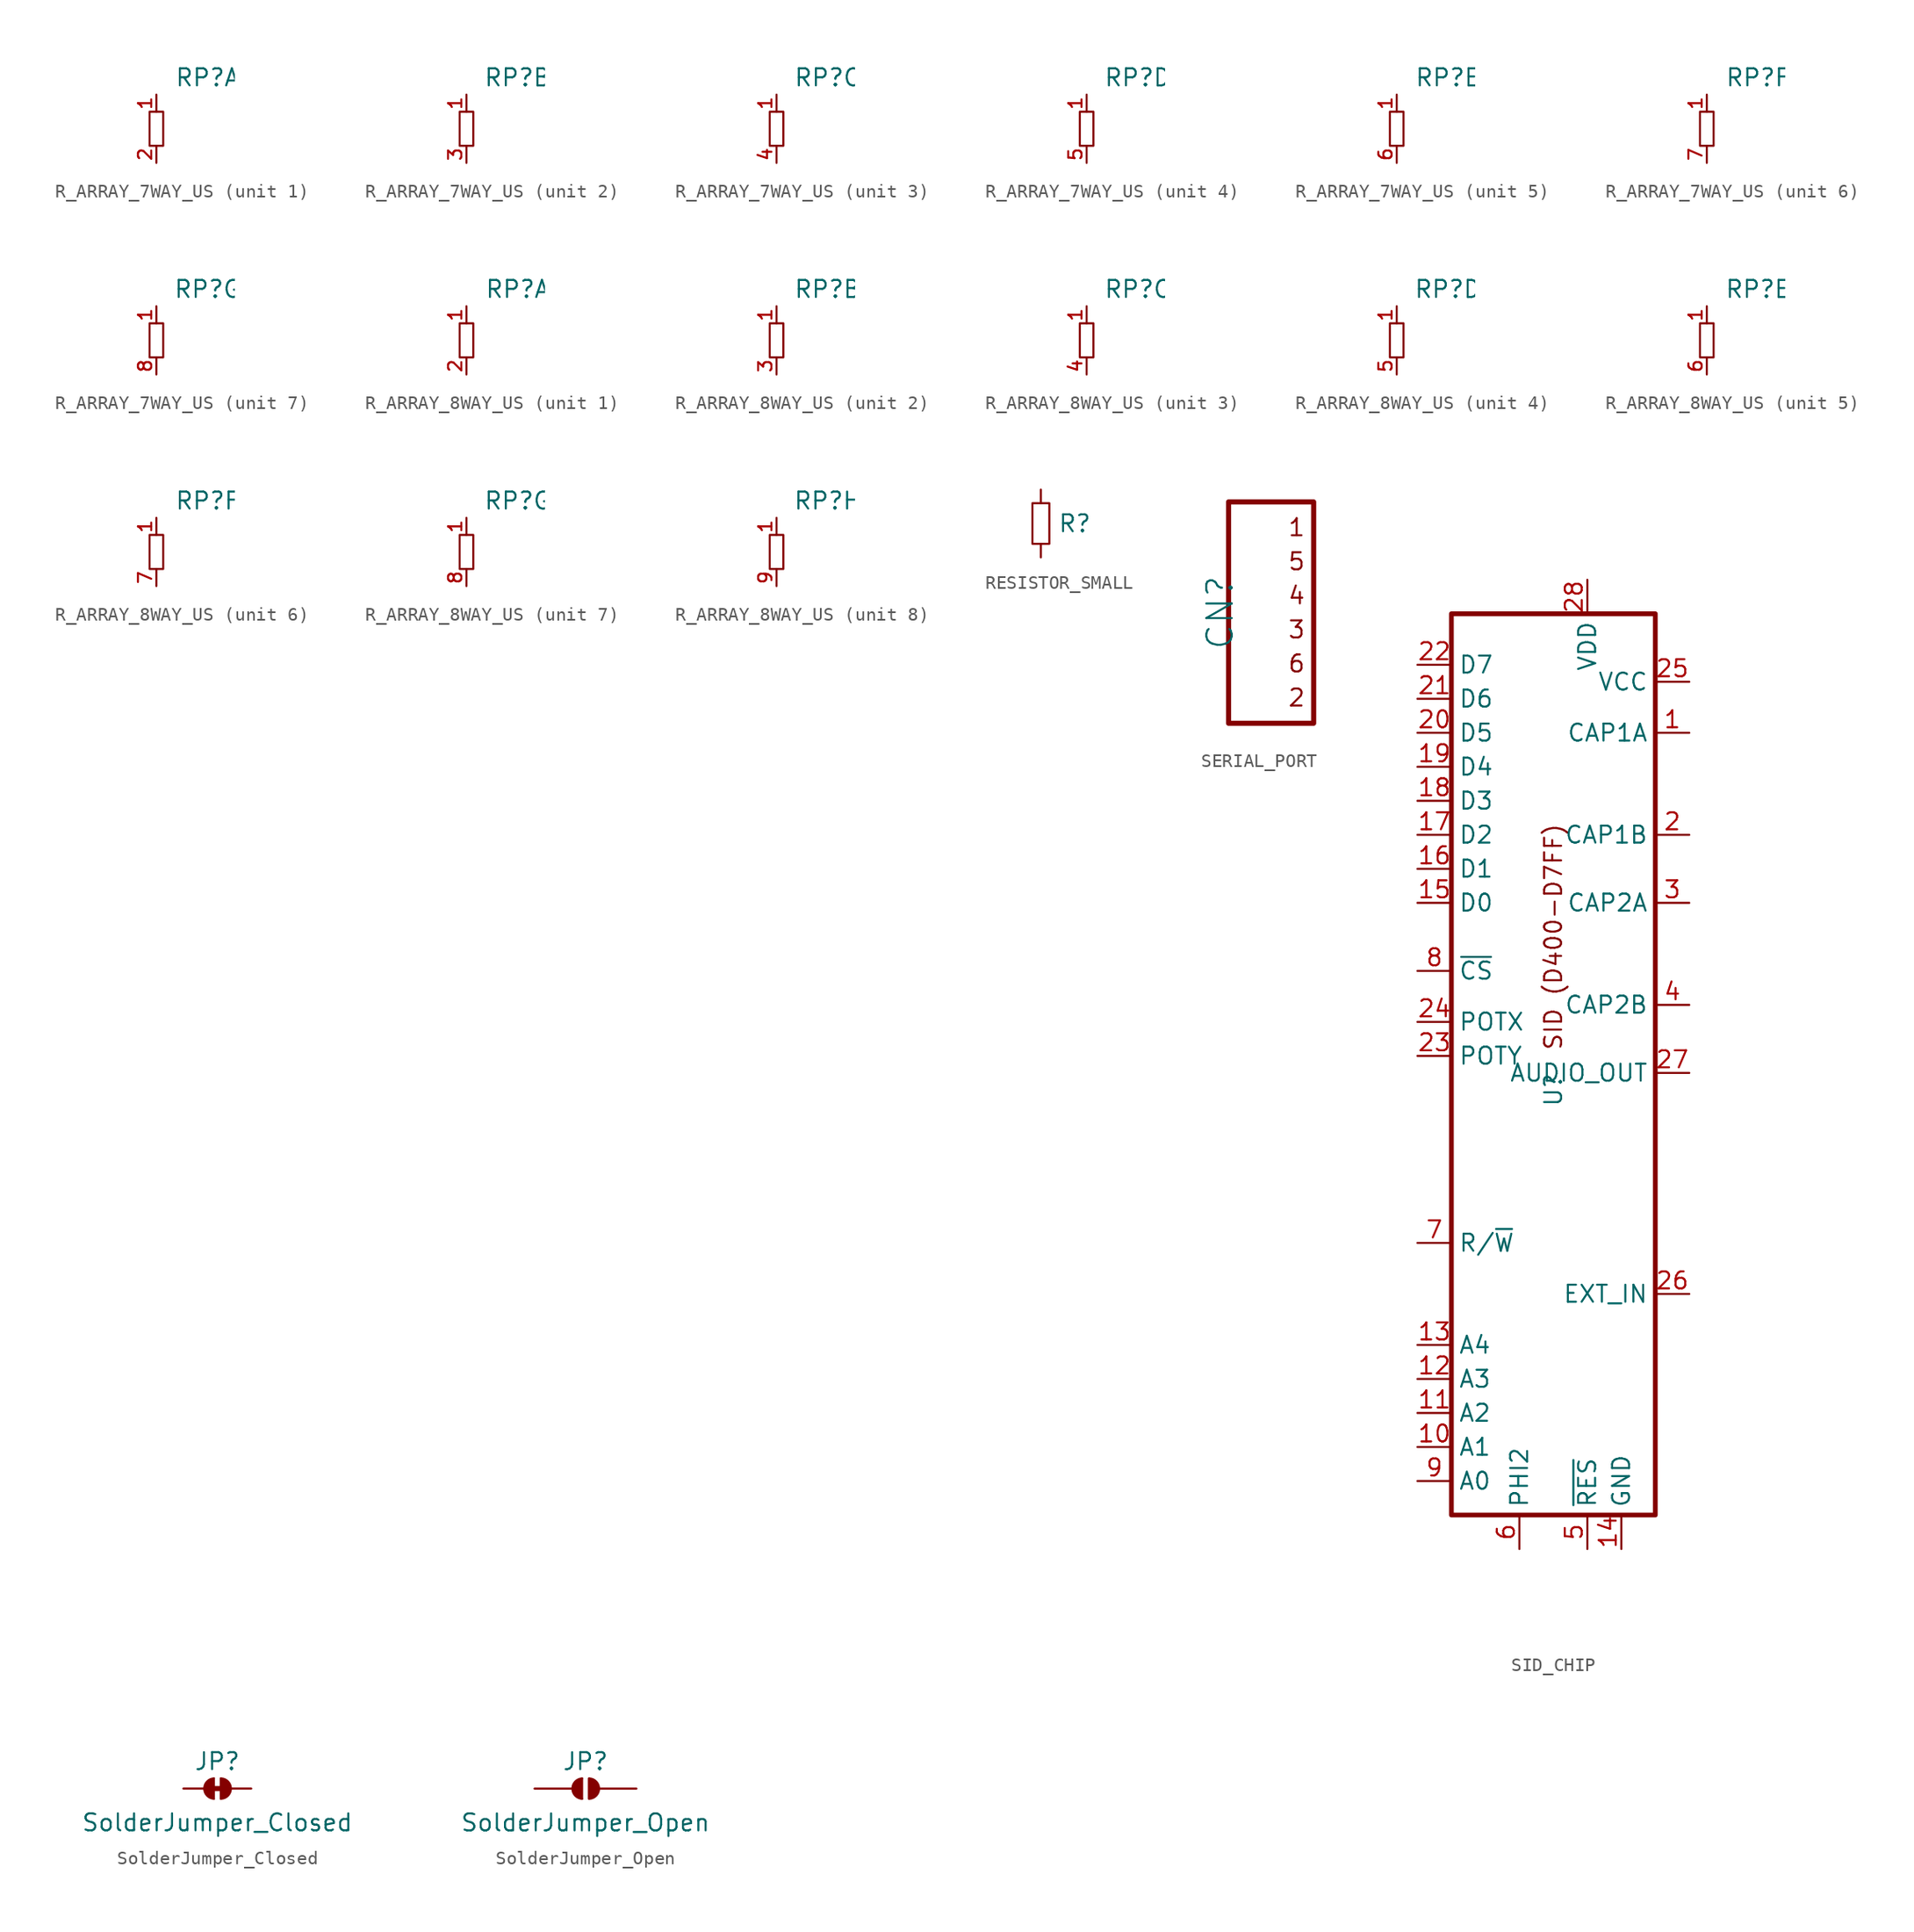
<source format=kicad_sym>
(kicad_symbol_lib
  (version 20220914)
  (generator kicad_symbol_editor)
  (symbol "R_ARRAY_7WAY_US"
    (pin_names
      (offset 1.016))
    (property "Reference" "RP"
      (at 3.81 3.81 0)
      (effects (font (size 1.27 1.27))))
    (symbol "R_ARRAY_7WAY_US_0_1"
      (rectangle (start -0.508 1.27) (end 0.508 -1.27) (stroke (width 0) (type default)) (fill (type none)))
      (pin passive line (at 0 2.54 270) (length 1.27) (name "~" (effects (font (size 0.991 0.991)))) (number "1" (effects (font (size 0.991 0.991))))))
    (symbol "R_ARRAY_7WAY_US_1_1"
      (pin passive line (at 0 -2.54 90) (length 1.27) (name "~" (effects (font (size 0.991 0.991)))) (number "2" (effects (font (size 0.991 0.991))))))
    (symbol "R_ARRAY_7WAY_US_2_1"
      (pin passive line (at 0 -2.54 90) (length 1.27) (name "~" (effects (font (size 0.991 0.991)))) (number "3" (effects (font (size 0.991 0.991))))))
    (symbol "R_ARRAY_7WAY_US_3_1"
      (pin passive line (at 0 -2.54 90) (length 1.27) (name "~" (effects (font (size 0.991 0.991)))) (number "4" (effects (font (size 0.991 0.991))))))
    (symbol "R_ARRAY_7WAY_US_4_1"
      (pin passive line (at 0 -2.54 90) (length 1.27) (name "~" (effects (font (size 0.991 0.991)))) (number "5" (effects (font (size 0.991 0.991))))))
    (symbol "R_ARRAY_7WAY_US_5_1"
      (pin passive line (at 0 -2.54 90) (length 1.27) (name "~" (effects (font (size 0.991 0.991)))) (number "6" (effects (font (size 0.991 0.991))))))
    (symbol "R_ARRAY_7WAY_US_6_1"
      (pin passive line (at 0 -2.54 90) (length 1.27) (name "~" (effects (font (size 0.991 0.991)))) (number "7" (effects (font (size 0.991 0.991))))))
    (symbol "R_ARRAY_7WAY_US_7_1"
      (pin passive line (at 0 -2.54 90) (length 1.27) (name "~" (effects (font (size 0.991 0.991)))) (number "8" (effects (font (size 0.991 0.991)))))))
  (symbol "R_ARRAY_8WAY_US"
    (pin_names
      (offset 1.016))
    (property "Reference" "RP"
      (at 3.81 3.81 0)
      (effects (font (size 1.27 1.27))))
    (symbol "R_ARRAY_8WAY_US_0_1"
      (rectangle (start -0.508 1.27) (end 0.508 -1.27) (stroke (width 0) (type default)) (fill (type none)))
      (pin passive line (at 0 2.54 270) (length 1.27) (name "~" (effects (font (size 0.991 0.991)))) (number "1" (effects (font (size 0.991 0.991))))))
    (symbol "R_ARRAY_8WAY_US_1_1"
      (pin passive line (at 0 -2.54 90) (length 1.27) (name "~" (effects (font (size 0.991 0.991)))) (number "2" (effects (font (size 0.991 0.991))))))
    (symbol "R_ARRAY_8WAY_US_2_1"
      (pin passive line (at 0 -2.54 90) (length 1.27) (name "~" (effects (font (size 0.991 0.991)))) (number "3" (effects (font (size 0.991 0.991))))))
    (symbol "R_ARRAY_8WAY_US_3_1"
      (pin passive line (at 0 -2.54 90) (length 1.27) (name "~" (effects (font (size 0.991 0.991)))) (number "4" (effects (font (size 0.991 0.991))))))
    (symbol "R_ARRAY_8WAY_US_4_1"
      (pin passive line (at 0 -2.54 90) (length 1.27) (name "~" (effects (font (size 0.991 0.991)))) (number "5" (effects (font (size 0.991 0.991))))))
    (symbol "R_ARRAY_8WAY_US_5_1"
      (pin passive line (at 0 -2.54 90) (length 1.27) (name "~" (effects (font (size 0.991 0.991)))) (number "6" (effects (font (size 0.991 0.991))))))
    (symbol "R_ARRAY_8WAY_US_6_1"
      (pin passive line (at 0 -2.54 90) (length 1.27) (name "~" (effects (font (size 0.991 0.991)))) (number "7" (effects (font (size 0.991 0.991))))))
    (symbol "R_ARRAY_8WAY_US_7_1"
      (pin passive line (at 0 -2.54 90) (length 1.27) (name "~" (effects (font (size 0.991 0.991)))) (number "8" (effects (font (size 0.991 0.991))))))
    (symbol "R_ARRAY_8WAY_US_8_1"
      (pin passive line (at 0 -2.54 90) (length 1.27) (name "~" (effects (font (size 0.991 0.991)))) (number "9" (effects (font (size 0.991 0.991)))))))
  (symbol "RESISTOR_SMALL"
    (property "Reference" "R"
      (at 2.54 0 0)
      (effects (font (size 1.27 1.27))))
    (property "Value" ""
      (at 0 0 0)
      (effects (font (size 1.27 1.27))))
    (symbol "RESISTOR_SMALL_0_1"
      (rectangle (start -0.635 1.524) (end 0.635 -1.524) (stroke (width 0) (type default)) (fill (type none)))
      (polyline (pts (xy 0 -1.524) (xy 0 -2.54)) (stroke (width 0) (type default)) (fill (type none)))
      (polyline (pts (xy 0 1.524) (xy 0 2.54)) (stroke (width 0) (type default)) (fill (type none))))
    (symbol "RESISTOR_SMALL_1_1"
      (pin input line (at 0 2.54 270) (length 2.54) hide (name "" (effects (font (size 1.27 1.27)))) (number "1" (effects (font (size 1.27 1.27)))))
      (pin input line (at 0 -2.54 90) (length 2.54) hide (name "" (effects (font (size 1.27 1.27)))) (number "2" (effects (font (size 1.27 1.27)))))))
  (symbol "SERIAL_PORT"
    (property "Reference" "CN"
      (at -4.445 0 90)
      (effects (font (size 1.905 1.905))))
    (property "Value" ""
      (at 0 0 0)
      (effects (font (size 1.27 1.27))))
    (symbol "SERIAL_PORT_0_0"
      (text "1" (at 1.27 6.35 0) (effects (font (size 1.27 1.27))))
      (text "2" (at 1.27 -6.35 0) (effects (font (size 1.27 1.27))))
      (text "3" (at 1.27 -1.27 0) (effects (font (size 1.27 1.27))))
      (text "4" (at 1.27 1.27 0) (effects (font (size 1.27 1.27))))
      (text "5" (at 1.27 3.81 0) (effects (font (size 1.27 1.27))))
      (text "6" (at 1.27 -3.81 0) (effects (font (size 1.27 1.27)))))
    (symbol "SERIAL_PORT_0_1"
      (rectangle (start -3.81 8.255) (end 2.54 -8.255) (stroke (width 0.381) (type default)) (fill (type none))))
    (symbol "SERIAL_PORT_1_1"
      (pin input line (at 2.54 6.35 180) (length 2.54) hide (name "" (effects (font (size 1.27 1.27)))) (number "1" (effects (font (size 1.27 1.27)))))
      (pin input line (at 2.54 -6.35 180) (length 2.54) hide (name "" (effects (font (size 1.27 1.27)))) (number "2" (effects (font (size 1.27 1.27)))))
      (pin input line (at 2.54 -1.27 180) (length 2.54) hide (name "" (effects (font (size 1.27 1.27)))) (number "3" (effects (font (size 1.27 1.27)))))
      (pin input line (at 2.54 1.27 180) (length 2.54) hide (name "" (effects (font (size 1.27 1.27)))) (number "4" (effects (font (size 1.27 1.27)))))
      (pin input line (at 2.54 3.81 180) (length 2.54) hide (name "" (effects (font (size 1.27 1.27)))) (number "5" (effects (font (size 1.27 1.27)))))
      (pin input line (at 2.54 -3.81 180) (length 2.54) hide (name "" (effects (font (size 1.27 1.27)))) (number "6" (effects (font (size 1.27 1.27)))))))
  (symbol "SID_CHIP"
    (property "Reference" "U"
      (at 0 -10.16 90)
      (effects (font (size 1.27 1.27))))
    (property "Value" ""
      (at 0 0 0)
      (effects (font (size 1.27 1.27))))
    (symbol "SID_CHIP_0_0"
      (rectangle (start -7.62 25.4) (end 7.62 -41.91) (stroke (width 0.356) (type default)) (fill (type none)))
      (text "SID (D400-D7FF)" (at 0 1.27 900) (effects (font (size 1.27 1.27)))))
    (symbol "SID_CHIP_1_1"
      (pin input line (at 10.16 16.51 180) (length 2.54) (name "CAP1A" (effects (font (size 1.27 1.27)))) (number "1" (effects (font (size 1.27 1.27)))))
      (pin input line (at -10.16 -36.83 0) (length 2.54) (name "A1" (effects (font (size 1.27 1.27)))) (number "10" (effects (font (size 1.27 1.27)))))
      (pin input line (at -10.16 -34.29 0) (length 2.54) (name "A2" (effects (font (size 1.27 1.27)))) (number "11" (effects (font (size 1.27 1.27)))))
      (pin input line (at -10.16 -31.75 0) (length 2.54) (name "A3" (effects (font (size 1.27 1.27)))) (number "12" (effects (font (size 1.27 1.27)))))
      (pin input line (at -10.16 -29.21 0) (length 2.54) (name "A4" (effects (font (size 1.27 1.27)))) (number "13" (effects (font (size 1.27 1.27)))))
      (pin input line (at 5.08 -44.45 90) (length 2.54) (name "GND" (effects (font (size 1.27 1.27)))) (number "14" (effects (font (size 1.27 1.27)))))
      (pin input line (at -10.16 3.81 0) (length 2.54) (name "D0" (effects (font (size 1.27 1.27)))) (number "15" (effects (font (size 1.27 1.27)))))
      (pin input line (at -10.16 6.35 0) (length 2.54) (name "D1" (effects (font (size 1.27 1.27)))) (number "16" (effects (font (size 1.27 1.27)))))
      (pin input line (at -10.16 8.89 0) (length 2.54) (name "D2" (effects (font (size 1.27 1.27)))) (number "17" (effects (font (size 1.27 1.27)))))
      (pin input line (at -10.16 11.43 0) (length 2.54) (name "D3" (effects (font (size 1.27 1.27)))) (number "18" (effects (font (size 1.27 1.27)))))
      (pin input line (at -10.16 13.97 0) (length 2.54) (name "D4" (effects (font (size 1.27 1.27)))) (number "19" (effects (font (size 1.27 1.27)))))
      (pin input line (at 10.16 8.89 180) (length 2.54) (name "CAP1B" (effects (font (size 1.27 1.27)))) (number "2" (effects (font (size 1.27 1.27)))))
      (pin input line (at -10.16 16.51 0) (length 2.54) (name "D5" (effects (font (size 1.27 1.27)))) (number "20" (effects (font (size 1.27 1.27)))))
      (pin input line (at -10.16 19.05 0) (length 2.54) (name "D6" (effects (font (size 1.27 1.27)))) (number "21" (effects (font (size 1.27 1.27)))))
      (pin input line (at -10.16 21.59 0) (length 2.54) (name "D7" (effects (font (size 1.27 1.27)))) (number "22" (effects (font (size 1.27 1.27)))))
      (pin input line (at -10.16 -7.62 0) (length 2.54) (name "POTY" (effects (font (size 1.27 1.27)))) (number "23" (effects (font (size 1.27 1.27)))))
      (pin input line (at -10.16 -5.08 0) (length 2.54) (name "POTX" (effects (font (size 1.27 1.27)))) (number "24" (effects (font (size 1.27 1.27)))))
      (pin input line (at 10.16 20.32 180) (length 2.54) (name "VCC" (effects (font (size 1.27 1.27)))) (number "25" (effects (font (size 1.27 1.27)))))
      (pin input line (at 10.16 -25.4 180) (length 2.54) (name "EXT_IN" (effects (font (size 1.27 1.27)))) (number "26" (effects (font (size 1.27 1.27)))))
      (pin input line (at 10.16 -8.89 180) (length 2.54) (name "AUDIO_OUT" (effects (font (size 1.27 1.27)))) (number "27" (effects (font (size 1.27 1.27)))))
      (pin input line (at 2.54 27.94 270) (length 2.54) (name "VDD" (effects (font (size 1.27 1.27)))) (number "28" (effects (font (size 1.27 1.27)))))
      (pin input line (at 10.16 3.81 180) (length 2.54) (name "CAP2A" (effects (font (size 1.27 1.27)))) (number "3" (effects (font (size 1.27 1.27)))))
      (pin input line (at 10.16 -3.81 180) (length 2.54) (name "CAP2B" (effects (font (size 1.27 1.27)))) (number "4" (effects (font (size 1.27 1.27)))))
      (pin input line (at 2.54 -44.45 90) (length 2.54) (name "~{RES}" (effects (font (size 1.27 1.27)))) (number "5" (effects (font (size 1.27 1.27)))))
      (pin input line (at -2.54 -44.45 90) (length 2.54) (name "PHI2" (effects (font (size 1.27 1.27)))) (number "6" (effects (font (size 1.27 1.27)))))
      (pin input line (at -10.16 -21.59 0) (length 2.54) (name "R/~{W}" (effects (font (size 1.27 1.27)))) (number "7" (effects (font (size 1.27 1.27)))))
      (pin input line (at -10.16 -1.27 0) (length 2.54) (name "~{CS}" (effects (font (size 1.27 1.27)))) (number "8" (effects (font (size 1.27 1.27)))))
      (pin input line (at -10.16 -39.37 0) (length 2.54) (name "A0" (effects (font (size 1.27 1.27)))) (number "9" (effects (font (size 1.27 1.27)))))))
  (symbol "SolderJumper_Closed"
    (pin_names
      (offset 0) hide)
    (property "Reference" "JP"
      (at 0 2.032 0)
      (effects (font (size 1.27 1.27))))
    (property "Value" "SolderJumper_Closed"
      (at 0 -2.54 0)
      (effects (font (size 1.27 1.27))))
    (symbol "SolderJumper_Closed_0_1"
      (arc (start -0.254 0.762) (mid -0.9799 0) (end -0.254 -0.762) (stroke (width 0) (type default)) (fill (type outline)))
      (polyline (pts (xy -1.016 0) (xy -2.54 0)) (stroke (width 0) (type default)) (fill (type none)))
      (polyline (pts (xy -0.508 0) (xy 0.635 0)) (stroke (width 0.381) (type default)) (fill (type none)))
      (polyline (pts (xy -0.254 0.762) (xy -0.254 -0.762)) (stroke (width 0) (type default)) (fill (type none)))
      (polyline (pts (xy 0.254 0.762) (xy 0.254 -0.762)) (stroke (width 0) (type default)) (fill (type none)))
      (polyline (pts (xy 1.016 0) (xy 2.54 0)) (stroke (width 0) (type default)) (fill (type none)))
      (arc (start 0.291 -0.762) (mid 1.0169 0) (end 0.291 0.762) (stroke (width 0) (type default)) (fill (type outline))))
    (symbol "SolderJumper_Closed_1_1"
      (pin input line (at -2.54 0 0) (length 1.27) hide (name "A" (effects (font (size 1.27 1.27)))) (number "1" (effects (font (size 1.27 1.27)))))
      (pin input line (at 2.54 0 180) (length 1.27) hide (name "B" (effects (font (size 1.27 1.27)))) (number "1" (effects (font (size 1.27 1.27)))))))
  (symbol "SolderJumper_Open"
    (pin_names
      (offset 0) hide)
    (property "Reference" "JP"
      (at 0 2.032 0)
      (effects (font (size 1.27 1.27))))
    (property "Value" "SolderJumper_Open"
      (at 0 -2.54 0)
      (effects (font (size 1.27 1.27))))
    (symbol "SolderJumper_Open_0_1"
      (arc (start -0.254 0.762) (mid -0.9799 0) (end -0.254 -0.762) (stroke (width 0) (type default)) (fill (type outline)))
      (polyline (pts (xy -1.016 0) (xy -3.81 0)) (stroke (width 0) (type default)) (fill (type none)))
      (polyline (pts (xy -0.254 0.762) (xy -0.254 -0.762)) (stroke (width 0) (type default)) (fill (type none)))
      (polyline (pts (xy 0.254 0.762) (xy 0.254 -0.762)) (stroke (width 0) (type default)) (fill (type none)))
      (polyline (pts (xy 1.016 0) (xy 3.81 0)) (stroke (width 0) (type default)) (fill (type none)))
      (arc (start 0.291 -0.762) (mid 1.0169 0) (end 0.291 0.762) (stroke (width 0) (type default)) (fill (type outline))))
    (symbol "SolderJumper_Open_1_1"
      (pin passive line (at -3.81 0 0) (length 2.54) hide (name "A" (effects (font (size 1.27 1.27)))) (number "1" (effects (font (size 1.27 1.27)))))
      (pin passive line (at 3.81 0 180) (length 2.54) hide (name "B" (effects (font (size 1.27 1.27)))) (number "2" (effects (font (size 1.27 1.27))))))))
</source>
